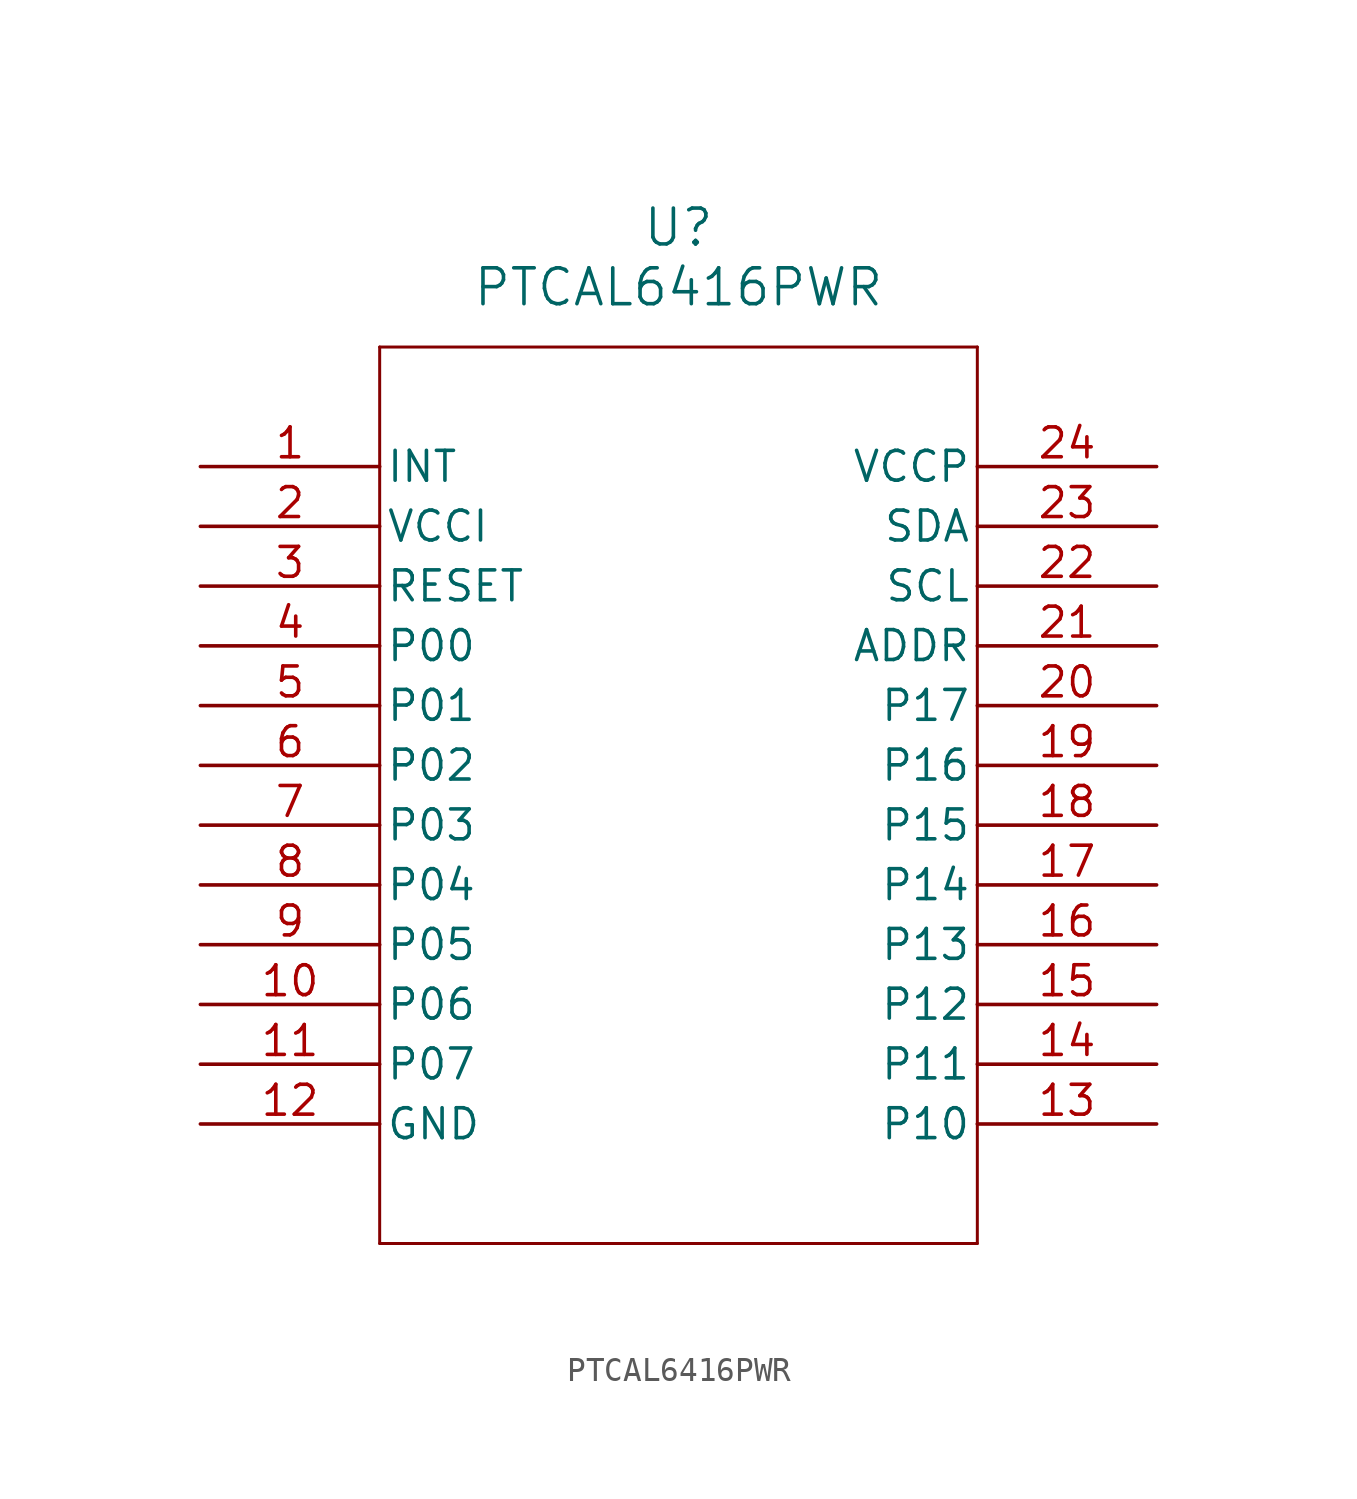
<source format=kicad_sym>
(kicad_symbol_lib
  (version 20211014)
  (generator kicad_symbol_editor)
  (symbol "PTCAL6416PWR"
    (pin_names
      (offset 0.254))
    (property "Reference" "U"
      (at 20.32 10.16 0)
      (effects (font (size 1.524 1.524))))
    (property "Value" "PTCAL6416PWR"
      (at 20.32 7.62 0)
      (effects (font (size 1.524 1.524))))
    (symbol "PTCAL6416PWR_0_1"
      (polyline (pts (xy 7.62 5.08) (xy 7.62 -33.02)) (stroke (width 0.127) (type default) (color 0 0 0 0)) (fill (type none)))
      (polyline (pts (xy 7.62 -33.02) (xy 33.02 -33.02)) (stroke (width 0.127) (type default) (color 0 0 0 0)) (fill (type none)))
      (polyline (pts (xy 33.02 -33.02) (xy 33.02 5.08)) (stroke (width 0.127) (type default) (color 0 0 0 0)) (fill (type none)))
      (polyline (pts (xy 33.02 5.08) (xy 7.62 5.08)) (stroke (width 0.127) (type default) (color 0 0 0 0)) (fill (type none)))
      (pin output line (at 0 0 0) (length 7.62) (name "INT" (effects (font (size 1.27 1.27)))) (number "1" (effects (font (size 1.27 1.27)))))
      (pin power_in line (at 0 -2.54 0) (length 7.62) (name "VCCI" (effects (font (size 1.27 1.27)))) (number "2" (effects (font (size 1.27 1.27)))))
      (pin input line (at 0 -5.08 0) (length 7.62) (name "RESET" (effects (font (size 1.27 1.27)))) (number "3" (effects (font (size 1.27 1.27)))))
      (pin bidirectional line (at 0 -7.62 0) (length 7.62) (name "P00" (effects (font (size 1.27 1.27)))) (number "4" (effects (font (size 1.27 1.27)))))
      (pin bidirectional line (at 0 -10.16 0) (length 7.62) (name "P01" (effects (font (size 1.27 1.27)))) (number "5" (effects (font (size 1.27 1.27)))))
      (pin bidirectional line (at 0 -12.7 0) (length 7.62) (name "P02" (effects (font (size 1.27 1.27)))) (number "6" (effects (font (size 1.27 1.27)))))
      (pin bidirectional line (at 0 -15.24 0) (length 7.62) (name "P03" (effects (font (size 1.27 1.27)))) (number "7" (effects (font (size 1.27 1.27)))))
      (pin bidirectional line (at 0 -17.78 0) (length 7.62) (name "P04" (effects (font (size 1.27 1.27)))) (number "8" (effects (font (size 1.27 1.27)))))
      (pin bidirectional line (at 0 -20.32 0) (length 7.62) (name "P05" (effects (font (size 1.27 1.27)))) (number "9" (effects (font (size 1.27 1.27)))))
      (pin bidirectional line (at 0 -22.86 0) (length 7.62) (name "P06" (effects (font (size 1.27 1.27)))) (number "10" (effects (font (size 1.27 1.27)))))
      (pin bidirectional line (at 0 -25.4 0) (length 7.62) (name "P07" (effects (font (size 1.27 1.27)))) (number "11" (effects (font (size 1.27 1.27)))))
      (pin power_out line (at 0 -27.94 0) (length 7.62) (name "GND" (effects (font (size 1.27 1.27)))) (number "12" (effects (font (size 1.27 1.27)))))
      (pin bidirectional line (at 40.64 -27.94 180) (length 7.62) (name "P10" (effects (font (size 1.27 1.27)))) (number "13" (effects (font (size 1.27 1.27)))))
      (pin bidirectional line (at 40.64 -25.4 180) (length 7.62) (name "P11" (effects (font (size 1.27 1.27)))) (number "14" (effects (font (size 1.27 1.27)))))
      (pin bidirectional line (at 40.64 -22.86 180) (length 7.62) (name "P12" (effects (font (size 1.27 1.27)))) (number "15" (effects (font (size 1.27 1.27)))))
      (pin bidirectional line (at 40.64 -20.32 180) (length 7.62) (name "P13" (effects (font (size 1.27 1.27)))) (number "16" (effects (font (size 1.27 1.27)))))
      (pin bidirectional line (at 40.64 -17.78 180) (length 7.62) (name "P14" (effects (font (size 1.27 1.27)))) (number "17" (effects (font (size 1.27 1.27)))))
      (pin bidirectional line (at 40.64 -15.24 180) (length 7.62) (name "P15" (effects (font (size 1.27 1.27)))) (number "18" (effects (font (size 1.27 1.27)))))
      (pin bidirectional line (at 40.64 -12.7 180) (length 7.62) (name "P16" (effects (font (size 1.27 1.27)))) (number "19" (effects (font (size 1.27 1.27)))))
      (pin bidirectional line (at 40.64 -10.16 180) (length 7.62) (name "P17" (effects (font (size 1.27 1.27)))) (number "20" (effects (font (size 1.27 1.27)))))
      (pin input line (at 40.64 -7.62 180) (length 7.62) (name "ADDR" (effects (font (size 1.27 1.27)))) (number "21" (effects (font (size 1.27 1.27)))))
      (pin input line (at 40.64 -5.08 180) (length 7.62) (name "SCL" (effects (font (size 1.27 1.27)))) (number "22" (effects (font (size 1.27 1.27)))))
      (pin bidirectional line (at 40.64 -2.54 180) (length 7.62) (name "SDA" (effects (font (size 1.27 1.27)))) (number "23" (effects (font (size 1.27 1.27)))))
      (pin power_in line (at 40.64 0 180) (length 7.62) (name "VCCP" (effects (font (size 1.27 1.27)))) (number "24" (effects (font (size 1.27 1.27))))))))
</source>
